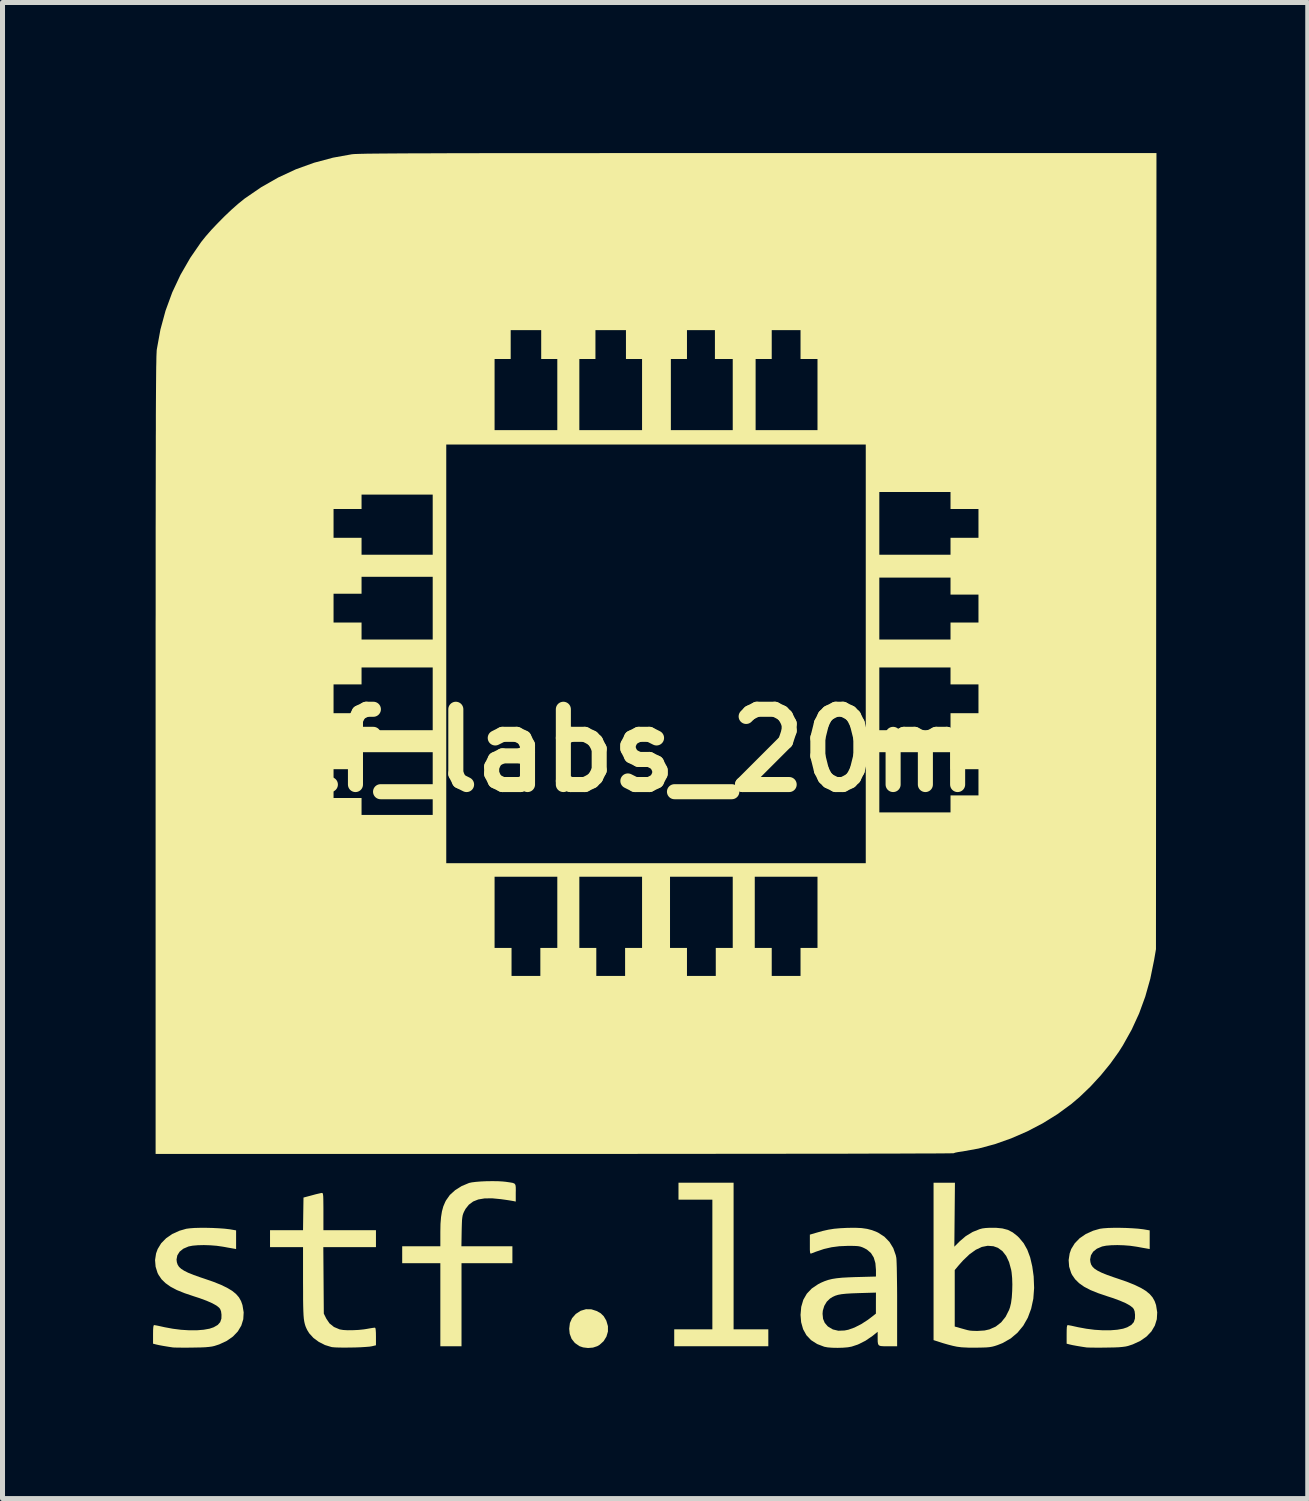
<source format=kicad_pcb>
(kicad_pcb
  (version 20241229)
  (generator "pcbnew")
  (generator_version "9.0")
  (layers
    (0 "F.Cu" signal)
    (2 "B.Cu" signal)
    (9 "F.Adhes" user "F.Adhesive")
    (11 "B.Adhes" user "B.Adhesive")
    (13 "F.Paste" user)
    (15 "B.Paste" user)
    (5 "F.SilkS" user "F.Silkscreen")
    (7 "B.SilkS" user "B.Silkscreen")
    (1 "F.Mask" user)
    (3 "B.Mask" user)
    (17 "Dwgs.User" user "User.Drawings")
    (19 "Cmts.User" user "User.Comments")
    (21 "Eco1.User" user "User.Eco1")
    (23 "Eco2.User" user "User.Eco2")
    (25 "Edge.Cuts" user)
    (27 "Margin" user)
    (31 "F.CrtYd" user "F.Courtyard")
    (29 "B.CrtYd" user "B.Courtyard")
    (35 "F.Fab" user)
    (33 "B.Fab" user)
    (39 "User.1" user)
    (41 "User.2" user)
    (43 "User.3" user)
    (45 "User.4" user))
  (footprint "stf_labs_20mm"
    (layer "F.Cu")
    (at 9.998 11.906)
    (property "Reference" "stf_labs_20mm" (at 0 0 0) (layer "F.SilkS") (effects (font (size 1.5 1.5) (thickness 0.3))))
    (attr board_only exclude_from_pos_files exclude_from_bom)
    (fp_poly (pts (xy 1.571 10.074) (xy 1.571 11.535) (xy 1.917 11.535) (xy 2.263 11.535) (xy 2.263 11.704) (xy 2.263 11.872) (xy 1.326 11.872) (xy 0.388 11.872) (xy 0.388 11.704) (xy 0.388 11.535) (xy 0.768 11.535) (xy 1.148 11.535) (xy 1.148 10.243) (xy 1.148 8.951) (xy 0.811 8.951) (xy 0.473 8.951) (xy 0.473 8.782) (xy 0.473 8.613) (xy 1.022 8.613) (xy 1.571 8.613)) (stroke (width 0) (type solid)) (fill yes) (layer "F.SilkS"))
    (fp_poly (pts (xy -1.263 11.136) (xy -1.157 11.17) (xy -1.076 11.216) (xy -1.017 11.274) (xy -0.97 11.353) (xy -0.964 11.366) (xy -0.933 11.472) (xy -0.933 11.579) (xy -0.963 11.68) (xy -1.019 11.771) (xy -1.101 11.845) (xy -1.146 11.871) (xy -1.231 11.899) (xy -1.33 11.907) (xy -1.428 11.895) (xy -1.499 11.871) (xy -1.591 11.808) (xy -1.657 11.725) (xy -1.695 11.623) (xy -1.705 11.523) (xy -1.691 11.409) (xy -1.648 11.313) (xy -1.576 11.231) (xy -1.573 11.228) (xy -1.476 11.165) (xy -1.371 11.134)) (stroke (width 0) (type solid)) (fill yes) (layer "F.SilkS"))
    (fp_poly (pts (xy -3.125 8.583) (xy -3.028 8.589) (xy -2.969 8.595) (xy -2.885 8.607) (xy -2.828 8.617) (xy -2.794 8.632) (xy -2.776 8.658) (xy -2.77 8.7) (xy -2.769 8.764) (xy -2.77 8.81) (xy -2.77 8.989) (xy -2.816 8.979) (xy -2.851 8.973) (xy -2.911 8.963) (xy -2.987 8.952) (xy -3.065 8.941) (xy -3.241 8.924) (xy -3.391 8.926) (xy -3.517 8.947) (xy -3.62 8.988) (xy -3.704 9.051) (xy -3.771 9.135) (xy -3.803 9.196) (xy -3.817 9.229) (xy -3.828 9.264) (xy -3.835 9.305) (xy -3.841 9.359) (xy -3.844 9.432) (xy -3.847 9.53) (xy -3.848 9.58) (xy -3.853 9.88) (xy -3.345 9.88) (xy -2.837 9.88) (xy -2.837 10.049) (xy -2.837 10.217) (xy -3.344 10.217) (xy -3.851 10.217) (xy -3.851 11.045) (xy -3.851 11.872) (xy -4.062 11.872) (xy -4.273 11.872) (xy -4.273 11.045) (xy -4.273 10.217) (xy -4.653 10.217) (xy -5.033 10.217) (xy -5.033 10.049) (xy -5.033 9.88) (xy -4.653 9.88) (xy -4.273 9.88) (xy -4.273 9.595) (xy -4.27 9.433) (xy -4.259 9.299) (xy -4.241 9.185) (xy -4.214 9.086) (xy -4.176 8.997) (xy -4.16 8.966) (xy -4.083 8.857) (xy -3.977 8.761) (xy -3.848 8.68) (xy -3.7 8.618) (xy -3.644 8.606) (xy -3.561 8.596) (xy -3.46 8.588) (xy -3.348 8.583) (xy -3.234 8.582)) (stroke (width 0) (type solid)) (fill yes) (layer "F.SilkS"))
    (fp_poly (pts (xy -6.623 8.819) (xy -6.616 8.828) (xy -6.611 8.848) (xy -6.607 8.884) (xy -6.605 8.939) (xy -6.604 9.018) (xy -6.603 9.125) (xy -6.603 9.187) (xy -6.603 9.559) (xy -6.08 9.559) (xy -5.556 9.559) (xy -5.556 9.728) (xy -5.556 9.897) (xy -6.081 9.897) (xy -6.605 9.897) (xy -6.6 10.559) (xy -6.595 11.222) (xy -6.546 11.321) (xy -6.482 11.416) (xy -6.393 11.488) (xy -6.282 11.535) (xy -6.275 11.537) (xy -6.209 11.548) (xy -6.119 11.553) (xy -6.015 11.552) (xy -5.905 11.547) (xy -5.799 11.536) (xy -5.742 11.527) (xy -5.674 11.515) (xy -5.618 11.506) (xy -5.583 11.502) (xy -5.577 11.501) (xy -5.567 11.511) (xy -5.561 11.544) (xy -5.557 11.603) (xy -5.556 11.677) (xy -5.556 11.853) (xy -5.636 11.872) (xy -5.686 11.88) (xy -5.762 11.886) (xy -5.857 11.892) (xy -5.965 11.896) (xy -6.077 11.898) (xy -6.186 11.899) (xy -6.286 11.898) (xy -6.369 11.895) (xy -6.428 11.89) (xy -6.441 11.888) (xy -6.572 11.848) (xy -6.694 11.786) (xy -6.801 11.707) (xy -6.885 11.615) (xy -6.923 11.554) (xy -6.943 11.513) (xy -6.96 11.473) (xy -6.973 11.431) (xy -6.984 11.383) (xy -6.993 11.326) (xy -6.999 11.256) (xy -7.003 11.169) (xy -7.006 11.063) (xy -7.008 10.934) (xy -7.008 10.778) (xy -7.009 10.594) (xy -7.009 9.897) (xy -7.338 9.897) (xy -7.667 9.897) (xy -7.667 9.728) (xy -7.667 9.559) (xy -7.338 9.559) (xy -7.009 9.559) (xy -7.005 9.234) (xy -7 8.909) (xy -6.831 8.864) (xy -6.758 8.844) (xy -6.694 8.829) (xy -6.649 8.819) (xy -6.633 8.817)) (stroke (width 0) (type solid)) (fill yes) (layer "F.SilkS"))
    (fp_poly (pts (xy 5.976 9.251) (xy 5.97 9.888) (xy 6.081 9.777) (xy 6.201 9.675) (xy 6.336 9.594) (xy 6.476 9.538) (xy 6.53 9.524) (xy 6.592 9.516) (xy 6.675 9.511) (xy 6.764 9.511) (xy 6.796 9.511) (xy 6.927 9.524) (xy 7.037 9.553) (xy 7.133 9.603) (xy 7.226 9.676) (xy 7.26 9.709) (xy 7.351 9.818) (xy 7.424 9.948) (xy 7.481 10.101) (xy 7.523 10.281) (xy 7.551 10.48) (xy 7.56 10.711) (xy 7.544 10.926) (xy 7.501 11.124) (xy 7.434 11.304) (xy 7.343 11.464) (xy 7.229 11.602) (xy 7.093 11.717) (xy 6.934 11.808) (xy 6.831 11.849) (xy 6.776 11.867) (xy 6.727 11.88) (xy 6.675 11.889) (xy 6.614 11.895) (xy 6.535 11.898) (xy 6.431 11.9) (xy 6.426 11.9) (xy 6.254 11.9) (xy 6.115 11.893) (xy 6.021 11.881) (xy 5.941 11.864) (xy 5.847 11.84) (xy 5.753 11.813) (xy 5.721 11.803) (xy 5.556 11.75) (xy 5.556 11.479) (xy 5.978 11.479) (xy 6.101 11.514) (xy 6.179 11.536) (xy 6.235 11.551) (xy 6.281 11.56) (xy 6.327 11.564) (xy 6.384 11.566) (xy 6.429 11.567) (xy 6.572 11.558) (xy 6.67 11.536) (xy 6.795 11.48) (xy 6.903 11.396) (xy 6.992 11.285) (xy 7.061 11.148) (xy 7.079 11.097) (xy 7.1 11.01) (xy 7.115 10.898) (xy 7.123 10.772) (xy 7.126 10.641) (xy 7.122 10.513) (xy 7.111 10.399) (xy 7.103 10.35) (xy 7.061 10.196) (xy 7.003 10.072) (xy 6.929 9.977) (xy 6.839 9.911) (xy 6.749 9.879) (xy 6.635 9.87) (xy 6.518 9.893) (xy 6.397 9.95) (xy 6.273 10.039) (xy 6.144 10.162) (xy 6.06 10.256) (xy 5.978 10.354) (xy 5.978 10.917) (xy 5.978 11.479) (xy 5.556 11.479) (xy 5.556 10.182) (xy 5.556 8.613) (xy 5.769 8.613) (xy 5.982 8.613)) (stroke (width 0) (type solid)) (fill yes) (layer "F.SilkS"))
    (fp_poly (pts (xy -8.81 9.515) (xy -8.687 9.521) (xy -8.575 9.529) (xy -8.481 9.54) (xy -8.465 9.542) (xy -8.343 9.563) (xy -8.343 9.749) (xy -8.343 9.935) (xy -8.398 9.925) (xy -8.439 9.918) (xy -8.502 9.907) (xy -8.577 9.893) (xy -8.613 9.887) (xy -8.731 9.87) (xy -8.858 9.86) (xy -8.986 9.856) (xy -9.107 9.859) (xy -9.211 9.868) (xy -9.292 9.884) (xy -9.294 9.885) (xy -9.394 9.928) (xy -9.468 9.987) (xy -9.514 10.06) (xy -9.53 10.143) (xy -9.524 10.197) (xy -9.508 10.246) (xy -9.481 10.289) (xy -9.438 10.329) (xy -9.377 10.368) (xy -9.295 10.409) (xy -9.187 10.452) (xy -9.052 10.5) (xy -8.983 10.523) (xy -8.8 10.586) (xy -8.647 10.647) (xy -8.523 10.707) (xy -8.423 10.767) (xy -8.345 10.83) (xy -8.286 10.898) (xy -8.244 10.973) (xy -8.216 11.052) (xy -8.192 11.197) (xy -8.2 11.334) (xy -8.239 11.46) (xy -8.308 11.576) (xy -8.405 11.678) (xy -8.529 11.765) (xy -8.679 11.835) (xy -8.774 11.866) (xy -8.822 11.877) (xy -8.881 11.885) (xy -8.956 11.892) (xy -9.052 11.896) (xy -9.176 11.898) (xy -9.213 11.899) (xy -9.319 11.9) (xy -9.418 11.9) (xy -9.501 11.899) (xy -9.563 11.898) (xy -9.599 11.896) (xy -9.601 11.896) (xy -9.7 11.881) (xy -9.796 11.865) (xy -9.877 11.85) (xy -9.935 11.837) (xy -9.998 11.821) (xy -9.998 11.635) (xy -9.997 11.548) (xy -9.993 11.491) (xy -9.987 11.46) (xy -9.977 11.45) (xy -9.952 11.454) (xy -9.903 11.463) (xy -9.835 11.478) (xy -9.767 11.493) (xy -9.605 11.523) (xy -9.44 11.544) (xy -9.278 11.554) (xy -9.126 11.554) (xy -8.989 11.543) (xy -8.872 11.522) (xy -8.79 11.494) (xy -8.71 11.448) (xy -8.66 11.392) (xy -8.636 11.321) (xy -8.634 11.244) (xy -8.643 11.176) (xy -8.661 11.13) (xy -8.682 11.103) (xy -8.735 11.061) (xy -8.82 11.014) (xy -8.932 10.965) (xy -9.07 10.914) (xy -9.187 10.876) (xy -9.371 10.814) (xy -9.524 10.752) (xy -9.649 10.686) (xy -9.749 10.615) (xy -9.828 10.538) (xy -9.887 10.452) (xy -9.908 10.412) (xy -9.947 10.287) (xy -9.958 10.155) (xy -9.938 10.023) (xy -9.906 9.935) (xy -9.836 9.82) (xy -9.737 9.719) (xy -9.615 9.635) (xy -9.471 9.57) (xy -9.335 9.531) (xy -9.267 9.522) (xy -9.174 9.515) (xy -9.061 9.512) (xy -8.938 9.512)) (stroke (width 0) (type solid)) (fill yes) (layer "F.SilkS"))
    (fp_poly (pts (xy 9.395 9.515) (xy 9.519 9.521) (xy 9.631 9.529) (xy 9.725 9.54) (xy 9.74 9.542) (xy 9.863 9.563) (xy 9.863 9.749) (xy 9.863 9.935) (xy 9.808 9.925) (xy 9.767 9.918) (xy 9.704 9.907) (xy 9.629 9.893) (xy 9.593 9.887) (xy 9.475 9.87) (xy 9.348 9.86) (xy 9.22 9.856) (xy 9.099 9.859) (xy 8.994 9.868) (xy 8.914 9.884) (xy 8.912 9.885) (xy 8.811 9.928) (xy 8.737 9.987) (xy 8.692 10.06) (xy 8.676 10.143) (xy 8.682 10.197) (xy 8.697 10.246) (xy 8.725 10.289) (xy 8.767 10.329) (xy 8.828 10.368) (xy 8.911 10.409) (xy 9.018 10.452) (xy 9.154 10.5) (xy 9.223 10.523) (xy 9.406 10.586) (xy 9.558 10.647) (xy 9.683 10.707) (xy 9.783 10.767) (xy 9.861 10.83) (xy 9.92 10.898) (xy 9.962 10.973) (xy 9.99 11.052) (xy 10.013 11.197) (xy 10.005 11.334) (xy 9.966 11.46) (xy 9.898 11.576) (xy 9.801 11.678) (xy 9.677 11.765) (xy 9.526 11.835) (xy 9.432 11.866) (xy 9.384 11.877) (xy 9.325 11.885) (xy 9.25 11.892) (xy 9.153 11.896) (xy 9.029 11.898) (xy 8.993 11.899) (xy 8.886 11.9) (xy 8.788 11.9) (xy 8.705 11.899) (xy 8.642 11.898) (xy 8.607 11.896) (xy 8.605 11.896) (xy 8.505 11.881) (xy 8.41 11.865) (xy 8.328 11.85) (xy 8.271 11.837) (xy 8.208 11.821) (xy 8.208 11.635) (xy 8.209 11.548) (xy 8.212 11.491) (xy 8.219 11.46) (xy 8.229 11.45) (xy 8.253 11.454) (xy 8.303 11.463) (xy 8.37 11.478) (xy 8.438 11.493) (xy 8.601 11.523) (xy 8.765 11.544) (xy 8.927 11.554) (xy 9.08 11.554) (xy 9.217 11.543) (xy 9.334 11.522) (xy 9.416 11.494) (xy 9.496 11.448) (xy 9.546 11.392) (xy 9.569 11.321) (xy 9.571 11.244) (xy 9.563 11.176) (xy 9.545 11.13) (xy 9.524 11.103) (xy 9.47 11.061) (xy 9.386 11.014) (xy 9.273 10.965) (xy 9.136 10.914) (xy 9.018 10.876) (xy 8.835 10.814) (xy 8.682 10.752) (xy 8.556 10.686) (xy 8.456 10.615) (xy 8.378 10.538) (xy 8.318 10.452) (xy 8.298 10.412) (xy 8.258 10.287) (xy 8.248 10.155) (xy 8.268 10.023) (xy 8.299 9.935) (xy 8.37 9.82) (xy 8.468 9.719) (xy 8.591 9.635) (xy 8.735 9.57) (xy 8.871 9.531) (xy 8.938 9.522) (xy 9.032 9.515) (xy 9.144 9.512) (xy 9.268 9.512)) (stroke (width 0) (type solid)) (fill yes) (layer "F.SilkS"))
    (fp_poly (pts (xy 4.122 9.517) (xy 4.232 9.533) (xy 4.331 9.559) (xy 4.425 9.596) (xy 4.454 9.61) (xy 4.576 9.689) (xy 4.677 9.793) (xy 4.753 9.917) (xy 4.803 10.058) (xy 4.814 10.11) (xy 4.817 10.146) (xy 4.82 10.213) (xy 4.823 10.306) (xy 4.825 10.421) (xy 4.827 10.555) (xy 4.829 10.705) (xy 4.83 10.865) (xy 4.83 11.033) (xy 4.83 11.041) (xy 4.83 11.872) (xy 4.646 11.872) (xy 4.56 11.872) (xy 4.503 11.868) (xy 4.468 11.855) (xy 4.45 11.828) (xy 4.443 11.782) (xy 4.442 11.712) (xy 4.442 11.69) (xy 4.442 11.584) (xy 4.34 11.666) (xy 4.2 11.762) (xy 4.048 11.838) (xy 3.924 11.879) (xy 3.848 11.893) (xy 3.751 11.901) (xy 3.645 11.904) (xy 3.54 11.902) (xy 3.447 11.895) (xy 3.378 11.882) (xy 3.234 11.827) (xy 3.115 11.75) (xy 3.022 11.652) (xy 2.956 11.532) (xy 2.917 11.393) (xy 2.905 11.246) (xy 2.907 11.226) (xy 3.344 11.226) (xy 3.354 11.326) (xy 3.387 11.405) (xy 3.445 11.473) (xy 3.455 11.481) (xy 3.549 11.537) (xy 3.658 11.563) (xy 3.782 11.558) (xy 3.858 11.543) (xy 3.981 11.499) (xy 4.113 11.432) (xy 4.245 11.347) (xy 4.293 11.311) (xy 4.407 11.222) (xy 4.407 11.013) (xy 4.408 10.803) (xy 4.066 10.813) (xy 3.926 10.818) (xy 3.814 10.825) (xy 3.726 10.834) (xy 3.655 10.847) (xy 3.597 10.865) (xy 3.545 10.889) (xy 3.495 10.92) (xy 3.492 10.922) (xy 3.428 10.984) (xy 3.378 11.068) (xy 3.349 11.164) (xy 3.344 11.226) (xy 2.907 11.226) (xy 2.919 11.087) (xy 2.96 10.947) (xy 3.03 10.825) (xy 3.128 10.722) (xy 3.255 10.636) (xy 3.313 10.606) (xy 3.385 10.575) (xy 3.458 10.55) (xy 3.536 10.531) (xy 3.625 10.517) (xy 3.732 10.506) (xy 3.86 10.499) (xy 4.016 10.493) (xy 4.032 10.493) (xy 4.408 10.483) (xy 4.408 10.352) (xy 4.397 10.216) (xy 4.364 10.104) (xy 4.308 10.014) (xy 4.227 9.945) (xy 4.173 9.916) (xy 4.133 9.898) (xy 4.097 9.886) (xy 4.056 9.878) (xy 4.005 9.874) (xy 3.934 9.872) (xy 3.842 9.872) (xy 3.677 9.879) (xy 3.524 9.899) (xy 3.372 9.934) (xy 3.211 9.988) (xy 3.12 10.023) (xy 3.107 10.026) (xy 3.099 10.018) (xy 3.094 9.994) (xy 3.091 9.948) (xy 3.091 9.877) (xy 3.091 9.842) (xy 3.091 9.648) (xy 3.213 9.612) (xy 3.344 9.575) (xy 3.46 9.549) (xy 3.573 9.531) (xy 3.695 9.52) (xy 3.837 9.513) (xy 3.992 9.511)) (stroke (width 0) (type solid)) (fill yes) (layer "F.SilkS"))
    (fp_poly (pts (xy 9.993 -3.973) (xy 9.988 3.96) (xy 9.952 4.171) (xy 9.875 4.549) (xy 9.775 4.904) (xy 9.652 5.241) (xy 9.504 5.563) (xy 9.329 5.876) (xy 9.248 6.004) (xy 9.08 6.239) (xy 8.889 6.473) (xy 8.682 6.698) (xy 8.466 6.905) (xy 8.301 7.045) (xy 8.027 7.246) (xy 7.732 7.429) (xy 7.422 7.591) (xy 7.102 7.73) (xy 6.777 7.845) (xy 6.453 7.932) (xy 6.133 7.99) (xy 6.109 7.993) (xy 6.044 8.003) (xy 5.993 8.013) (xy 5.965 8.022) (xy 5.962 8.025) (xy 5.945 8.026) (xy 5.895 8.027) (xy 5.814 8.028) (xy 5.702 8.029) (xy 5.561 8.03) (xy 5.391 8.03) (xy 5.194 8.031) (xy 4.97 8.032) (xy 4.72 8.033) (xy 4.446 8.033) (xy 4.149 8.034) (xy 3.83 8.035) (xy 3.489 8.035) (xy 3.128 8.036) (xy 2.748 8.036) (xy 2.349 8.037) (xy 1.934 8.037) (xy 1.502 8.037) (xy 1.056 8.038) (xy 0.595 8.038) (xy 0.122 8.038) (xy -0.363 8.039) (xy -0.86 8.039) (xy -1.366 8.039) (xy -1.881 8.039) (xy -1.993 8.039) (xy -9.947 8.039) (xy -9.947 2.516) (xy -3.192 2.516) (xy -3.192 3.226) (xy -3.192 3.935) (xy -3.023 3.935) (xy -2.854 3.935) (xy -2.854 4.214) (xy -2.854 4.492) (xy -2.567 4.492) (xy -2.28 4.492) (xy -2.28 4.214) (xy -2.28 3.935) (xy -2.111 3.935) (xy -1.942 3.935) (xy -1.942 3.226) (xy -1.942 2.516) (xy -1.503 2.516) (xy -1.503 3.226) (xy -1.503 3.935) (xy -1.334 3.935) (xy -1.165 3.935) (xy -1.165 4.214) (xy -1.165 4.492) (xy -0.878 4.492) (xy -0.591 4.492) (xy -0.591 4.214) (xy -0.591 3.935) (xy -0.422 3.935) (xy -0.253 3.935) (xy -0.253 3.226) (xy -0.253 2.516) (xy 0.304 2.516) (xy 0.304 3.226) (xy 0.304 3.935) (xy 0.473 3.935) (xy 0.642 3.935) (xy 0.642 4.214) (xy 0.642 4.492) (xy 0.929 4.492) (xy 1.216 4.492) (xy 1.216 4.214) (xy 1.216 3.935) (xy 1.385 3.935) (xy 1.554 3.935) (xy 1.554 3.226) (xy 1.554 2.516) (xy 1.993 2.516) (xy 1.993 3.226) (xy 1.993 3.935) (xy 2.162 3.935) (xy 2.331 3.935) (xy 2.331 4.214) (xy 2.331 4.492) (xy 2.618 4.492) (xy 2.905 4.492) (xy 2.905 4.214) (xy 2.905 3.935) (xy 3.074 3.935) (xy 3.243 3.935) (xy 3.243 3.226) (xy 3.243 2.516) (xy 2.618 2.516) (xy 1.993 2.516) (xy 1.554 2.516) (xy 0.929 2.516) (xy 0.304 2.516) (xy -0.253 2.516) (xy -0.878 2.516) (xy -1.503 2.516) (xy -1.942 2.516) (xy -2.567 2.516) (xy -3.192 2.516) (xy -9.947 2.516) (xy -9.947 0.946) (xy -6.401 0.946) (xy -6.122 0.946) (xy -5.843 0.946) (xy -5.843 1.115) (xy -5.843 1.284) (xy -5.134 1.284) (xy -4.425 1.284) (xy -4.425 0.659) (xy -4.425 0.034) (xy -5.134 0.034) (xy -5.843 0.034) (xy -5.843 0.203) (xy -5.843 0.372) (xy -6.122 0.372) (xy -6.401 0.372) (xy -6.401 0.659) (xy -6.401 0.946) (xy -9.947 0.946) (xy -9.947 0.106) (xy -9.947 -0.522) (xy -9.947 -0.743) (xy -6.401 -0.743) (xy -6.122 -0.743) (xy -5.843 -0.743) (xy -5.843 -0.574) (xy -5.843 -0.405) (xy -5.134 -0.405) (xy -4.425 -0.405) (xy -4.425 -1.03) (xy -4.425 -1.655) (xy -5.134 -1.655) (xy -5.843 -1.655) (xy -5.843 -1.486) (xy -5.843 -1.317) (xy -6.122 -1.317) (xy -6.401 -1.317) (xy -6.401 -1.03) (xy -6.401 -0.743) (xy -9.947 -0.743) (xy -9.947 -1.116) (xy -9.947 -1.678) (xy -9.947 -2.21) (xy -9.947 -2.55) (xy -6.401 -2.55) (xy -6.122 -2.55) (xy -5.843 -2.55) (xy -5.843 -2.381) (xy -5.843 -2.212) (xy -5.134 -2.212) (xy -4.425 -2.212) (xy -4.425 -2.837) (xy -4.425 -3.462) (xy -5.134 -3.462) (xy -5.843 -3.462) (xy -5.843 -3.293) (xy -5.843 -3.124) (xy -6.122 -3.124) (xy -6.401 -3.124) (xy -6.401 -2.837) (xy -6.401 -2.55) (xy -9.947 -2.55) (xy -9.946 -2.711) (xy -9.946 -3.182) (xy -9.946 -3.625) (xy -9.946 -4.041) (xy -9.946 -4.239) (xy -6.401 -4.239) (xy -6.122 -4.239) (xy -5.843 -4.239) (xy -5.843 -4.07) (xy -5.843 -3.901) (xy -5.134 -3.901) (xy -4.425 -3.901) (xy -4.425 -4.501) (xy -4.425 -5.1) (xy -5.134 -5.1) (xy -5.843 -5.1) (xy -5.843 -4.957) (xy -5.843 -4.813) (xy -6.122 -4.813) (xy -6.401 -4.813) (xy -6.401 -4.526) (xy -6.401 -4.239) (xy -9.946 -4.239) (xy -9.946 -4.429) (xy -9.945 -4.792) (xy -9.945 -5.13) (xy -9.944 -5.443) (xy -9.944 -5.734) (xy -9.943 -6.002) (xy -9.943 -6.097) (xy -4.155 -6.097) (xy -4.155 -1.925) (xy -4.155 2.246) (xy 0.025 2.246) (xy 4.205 2.246) (xy 4.205 0.034) (xy 4.475 0.034) (xy 4.475 0.633) (xy 4.475 1.233) (xy 5.185 1.233) (xy 5.894 1.233) (xy 5.894 1.064) (xy 5.894 0.895) (xy 6.173 0.895) (xy 6.451 0.895) (xy 6.451 0.633) (xy 6.451 0.372) (xy 6.173 0.372) (xy 5.894 0.372) (xy 5.894 0.203) (xy 5.894 0.034) (xy 5.185 0.034) (xy 4.475 0.034) (xy 4.205 0.034) (xy 4.205 -1.655) (xy 4.475 -1.655) (xy 4.475 -1.03) (xy 4.475 -0.405) (xy 5.185 -0.405) (xy 5.894 -0.405) (xy 5.894 -0.574) (xy 5.894 -0.743) (xy 6.173 -0.743) (xy 6.451 -0.743) (xy 6.451 -1.03) (xy 6.451 -1.317) (xy 6.173 -1.317) (xy 5.894 -1.317) (xy 5.894 -1.486) (xy 5.894 -1.655) (xy 5.185 -1.655) (xy 4.475 -1.655) (xy 4.205 -1.655) (xy 4.205 -1.925) (xy 4.205 -3.445) (xy 4.475 -3.445) (xy 4.475 -2.829) (xy 4.475 -2.212) (xy 5.185 -2.212) (xy 5.894 -2.212) (xy 5.894 -2.381) (xy 5.894 -2.55) (xy 6.173 -2.55) (xy 6.451 -2.55) (xy 6.451 -2.829) (xy 6.451 -3.107) (xy 6.173 -3.107) (xy 5.894 -3.107) (xy 5.894 -3.276) (xy 5.894 -3.445) (xy 5.185 -3.445) (xy 4.475 -3.445) (xy 4.205 -3.445) (xy 4.205 -5.151) (xy 4.475 -5.151) (xy 4.475 -4.526) (xy 4.475 -3.901) (xy 5.185 -3.901) (xy 5.894 -3.901) (xy 5.894 -4.07) (xy 5.894 -4.239) (xy 6.173 -4.239) (xy 6.451 -4.239) (xy 6.451 -4.526) (xy 6.451 -4.813) (xy 6.173 -4.813) (xy 5.894 -4.813) (xy 5.894 -4.982) (xy 5.894 -5.151) (xy 5.185 -5.151) (xy 4.475 -5.151) (xy 4.205 -5.151) (xy 4.205 -6.097) (xy 0.025 -6.097) (xy -4.155 -6.097) (xy -9.943 -6.097) (xy -9.943 -6.248) (xy -9.942 -6.384) (xy -3.192 -6.384) (xy -2.567 -6.384) (xy -1.942 -6.384) (xy -1.503 -6.384) (xy -0.878 -6.384) (xy -0.253 -6.384) (xy 0.321 -6.384) (xy 0.937 -6.384) (xy 1.554 -6.384) (xy 2.01 -6.384) (xy 2.626 -6.384) (xy 3.243 -6.384) (xy 3.243 -7.093) (xy 3.243 -7.802) (xy 3.074 -7.802) (xy 2.905 -7.802) (xy 2.905 -8.089) (xy 2.905 -8.377) (xy 2.618 -8.377) (xy 2.331 -8.377) (xy 2.331 -8.089) (xy 2.331 -7.802) (xy 2.17 -7.802) (xy 2.01 -7.802) (xy 2.01 -7.093) (xy 2.01 -6.384) (xy 1.554 -6.384) (xy 1.554 -7.093) (xy 1.554 -7.802) (xy 1.376 -7.802) (xy 1.199 -7.802) (xy 1.199 -8.089) (xy 1.199 -8.377) (xy 0.92 -8.377) (xy 0.642 -8.377) (xy 0.642 -8.089) (xy 0.642 -7.802) (xy 0.481 -7.802) (xy 0.321 -7.802) (xy 0.321 -7.093) (xy 0.321 -6.384) (xy -0.253 -6.384) (xy -0.253 -7.093) (xy -0.253 -7.802) (xy -0.414 -7.802) (xy -0.574 -7.802) (xy -0.574 -8.089) (xy -0.574 -8.377) (xy -0.878 -8.377) (xy -1.182 -8.377) (xy -1.182 -8.089) (xy -1.182 -7.802) (xy -1.343 -7.802) (xy -1.503 -7.802) (xy -1.503 -7.093) (xy -1.503 -6.384) (xy -1.942 -6.384) (xy -1.942 -7.093) (xy -1.942 -7.802) (xy -2.103 -7.802) (xy -2.263 -7.802) (xy -2.263 -8.089) (xy -2.263 -8.377) (xy -2.567 -8.377) (xy -2.871 -8.377) (xy -2.871 -8.089) (xy -2.871 -7.802) (xy -3.031 -7.802) (xy -3.192 -7.802) (xy -3.192 -7.093) (xy -3.192 -6.384) (xy -9.942 -6.384) (xy -9.942 -6.474) (xy -9.942 -6.68) (xy -9.941 -6.868) (xy -9.94 -7.037) (xy -9.939 -7.189) (xy -9.938 -7.325) (xy -9.937 -7.446) (xy -9.936 -7.552) (xy -9.935 -7.645) (xy -9.933 -7.725) (xy -9.932 -7.793) (xy -9.931 -7.85) (xy -9.929 -7.897) (xy -9.927 -7.935) (xy -9.926 -7.965) (xy -9.924 -7.987) (xy -9.922 -7.999) (xy -9.851 -8.389) (xy -9.749 -8.765) (xy -9.616 -9.128) (xy -9.452 -9.478) (xy -9.256 -9.818) (xy -9.04 -10.132) (xy -8.947 -10.248) (xy -8.834 -10.377) (xy -8.706 -10.512) (xy -8.571 -10.648) (xy -8.435 -10.777) (xy -8.304 -10.893) (xy -8.186 -10.988) (xy -8.173 -10.999) (xy -7.843 -11.225) (xy -7.503 -11.419) (xy -7.152 -11.582) (xy -6.789 -11.713) (xy -6.412 -11.814) (xy -6.04 -11.881) (xy -6.023 -11.883) (xy -5.999 -11.885) (xy -5.968 -11.887) (xy -5.928 -11.888) (xy -5.878 -11.89) (xy -5.819 -11.891) (xy -5.748 -11.893) (xy -5.665 -11.894) (xy -5.569 -11.895) (xy -5.46 -11.896) (xy -5.335 -11.897) (xy -5.195 -11.898) (xy -5.039 -11.899) (xy -4.865 -11.9) (xy -4.674 -11.901) (xy -4.463 -11.901) (xy -4.232 -11.902) (xy -3.98 -11.903) (xy -3.707 -11.903) (xy -3.411 -11.904) (xy -3.092 -11.904) (xy -2.748 -11.904) (xy -2.379 -11.905) (xy -1.984 -11.905) (xy -1.562 -11.905) (xy -1.113 -11.905) (xy -0.634 -11.906) (xy -0.126 -11.906) (xy 0.413 -11.906) (xy 0.983 -11.906) (xy 1.585 -11.906) (xy 2.065 -11.906) (xy 9.998 -11.906)) (stroke (width 0) (type solid)) (fill yes) (layer "F.SilkS")))
  (gr_rect
    (start -3 -3)
    (end 23.011 26.813)
    (stroke (width 0.1) (type default))
    (fill no)
    (layer "Edge.Cuts")))
</source>
